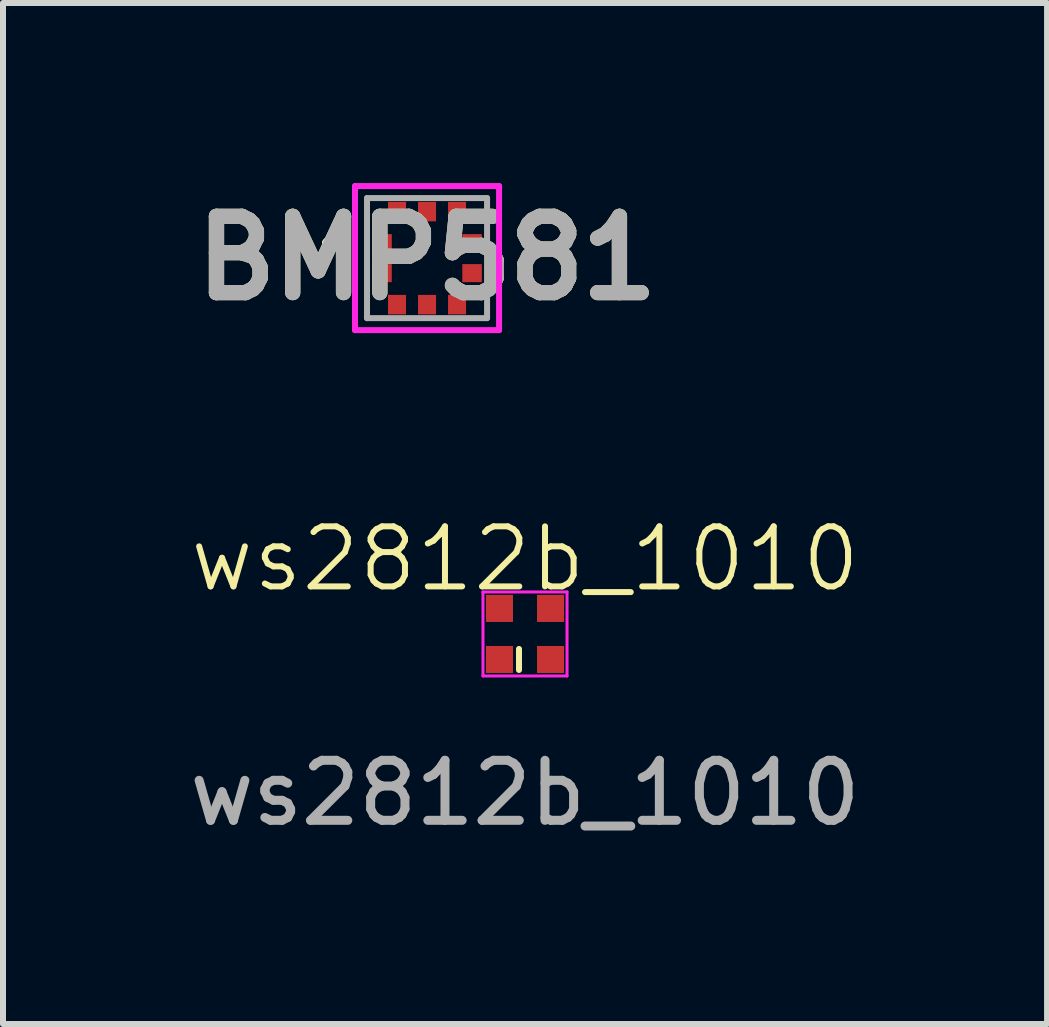
<source format=kicad_pcb>
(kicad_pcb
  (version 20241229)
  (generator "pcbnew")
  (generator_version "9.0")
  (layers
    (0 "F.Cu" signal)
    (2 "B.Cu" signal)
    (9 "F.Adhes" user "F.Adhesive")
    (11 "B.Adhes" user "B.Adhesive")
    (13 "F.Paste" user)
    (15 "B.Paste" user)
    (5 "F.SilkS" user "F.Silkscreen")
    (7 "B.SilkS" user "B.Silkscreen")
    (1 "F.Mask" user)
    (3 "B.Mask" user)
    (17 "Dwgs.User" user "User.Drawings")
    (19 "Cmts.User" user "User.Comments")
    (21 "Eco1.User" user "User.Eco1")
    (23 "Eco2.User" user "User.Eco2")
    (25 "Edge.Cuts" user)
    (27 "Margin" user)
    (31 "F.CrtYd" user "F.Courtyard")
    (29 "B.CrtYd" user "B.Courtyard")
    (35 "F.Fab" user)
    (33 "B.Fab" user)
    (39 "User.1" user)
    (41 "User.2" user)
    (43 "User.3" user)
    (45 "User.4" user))
  (footprint "ws2812b_1010"
    (layer "F.Cu")
    (at 5.696 7.511)
    (property "Reference" "ws2812b_1010" (at 0 -1.25 0) (unlocked yes) (layer "F.SilkS") (effects (font (size 1 1) (thickness 0.1))))
    (attr smd)
    (fp_line (start -0.1 0.6) (end -0.1 0.25) (stroke (width 0.1) (type default)) (layer "F.SilkS"))
    (fp_line (start -0.7 -0.7) (end 0.7 -0.7) (stroke (width 0.05) (type default)) (layer "F.CrtYd"))
    (fp_line (start -0.7 0.7) (end -0.7 -0.7) (stroke (width 0.05) (type default)) (layer "F.CrtYd"))
    (fp_line (start 0.7 -0.7) (end 0.7 0.7) (stroke (width 0.05) (type default)) (layer "F.CrtYd"))
    (fp_line (start 0.7 0.7) (end -0.7 0.7) (stroke (width 0.05) (type default)) (layer "F.CrtYd"))
    (fp_text user "${REFERENCE}" (at 0 2.65 0) (unlocked yes) (layer "F.Fab") (effects (font (size 1 1) (thickness 0.15))))
    (pad "1" smd rect (at -0.425 -0.425) (size 0.45 0.45) (layers "F.Cu" "F.Mask" "F.Paste"))
    (pad "2" smd rect (at 0.425 -0.425) (size 0.45 0.45) (layers "F.Cu" "F.Mask" "F.Paste"))
    (pad "3" smd rect (at -0.425 0.425) (size 0.45 0.45) (layers "F.Cu" "F.Mask" "F.Paste"))
    (pad "4" smd rect (at 0.425 0.425) (size 0.45 0.45) (layers "F.Cu" "F.Mask" "F.Paste")))
  (footprint "BMP581"
    (layer "F.Cu")
    (at 4.064 1.25)
    (property "Reference" "BMP581" (at 0 0 0) (layer "F.SilkS") (effects (font (size 1.27 1.27) (thickness 0.254))))
    (attr smd)
    (fp_line (start -1.7 -0.25) (end -1.7 -0.25) (stroke (width 0.1) (type solid)) (layer "F.SilkS"))
    (fp_line (start -1.6 -0.25) (end -1.6 -0.25) (stroke (width 0.1) (type solid)) (layer "F.SilkS"))
    (fp_arc (start -1.7 -0.25) (mid -1.65 -0.3) (end -1.6 -0.25) (stroke (width 0.1) (type solid)) (layer "F.SilkS"))
    (fp_arc (start -1.6 -0.25) (mid -1.65 -0.2) (end -1.7 -0.25) (stroke (width 0.1) (type solid)) (layer "F.SilkS"))
    (fp_line (start -1.2 -1.2) (end 1.2 -1.2) (stroke (width 0.1) (type solid)) (layer "F.CrtYd"))
    (fp_line (start -1.2 1.2) (end -1.2 -1.2) (stroke (width 0.1) (type solid)) (layer "F.CrtYd"))
    (fp_line (start 1.2 -1.2) (end 1.2 1.2) (stroke (width 0.1) (type solid)) (layer "F.CrtYd"))
    (fp_line (start 1.2 1.2) (end -1.2 1.2) (stroke (width 0.1) (type solid)) (layer "F.CrtYd"))
    (fp_line (start -1 -1) (end 1 -1) (stroke (width 0.1) (type solid)) (layer "F.Fab"))
    (fp_line (start -1 1) (end -1 -1) (stroke (width 0.1) (type solid)) (layer "F.Fab"))
    (fp_line (start 1 -1) (end 1 1) (stroke (width 0.1) (type solid)) (layer "F.Fab"))
    (fp_line (start 1 1) (end -1 1) (stroke (width 0.1) (type solid)) (layer "F.Fab"))
    (fp_text user "${REFERENCE}" (at 0 0 0) (layer "F.Fab") (effects (font (size 1.27 1.27) (thickness 0.254))))
    (pad "1" smd rect (at -0.75 -0.25 90) (size 0.3 0.325) (layers "F.Cu" "F.Mask" "F.Paste"))
    (pad "2" smd rect (at -0.75 0.25 90) (size 0.3 0.325) (layers "F.Cu" "F.Mask" "F.Paste"))
    (pad "3" smd rect (at -0.5 0.775) (size 0.3 0.325) (layers "F.Cu" "F.Mask" "F.Paste"))
    (pad "4" smd rect (at 0 0.775) (size 0.3 0.325) (layers "F.Cu" "F.Mask" "F.Paste"))
    (pad "5" smd rect (at 0.5 0.775) (size 0.3 0.325) (layers "F.Cu" "F.Mask" "F.Paste"))
    (pad "6" smd rect (at 0.75 0.25 90) (size 0.3 0.325) (layers "F.Cu" "F.Mask" "F.Paste"))
    (pad "7" smd rect (at 0.75 -0.25 90) (size 0.3 0.325) (layers "F.Cu" "F.Mask" "F.Paste"))
    (pad "8" smd rect (at 0.5 -0.775) (size 0.3 0.325) (layers "F.Cu" "F.Mask" "F.Paste"))
    (pad "9" smd rect (at 0 -0.775) (size 0.3 0.325) (layers "F.Cu" "F.Mask" "F.Paste"))
    (pad "10" smd rect (at -0.5 -0.775) (size 0.3 0.325) (layers "F.Cu" "F.Mask" "F.Paste")))
  (gr_rect
    (start -3 -3)
    (end 14.393 14.009)
    (stroke (width 0.1) (type default))
    (fill no)
    (layer "Edge.Cuts")))
</source>
